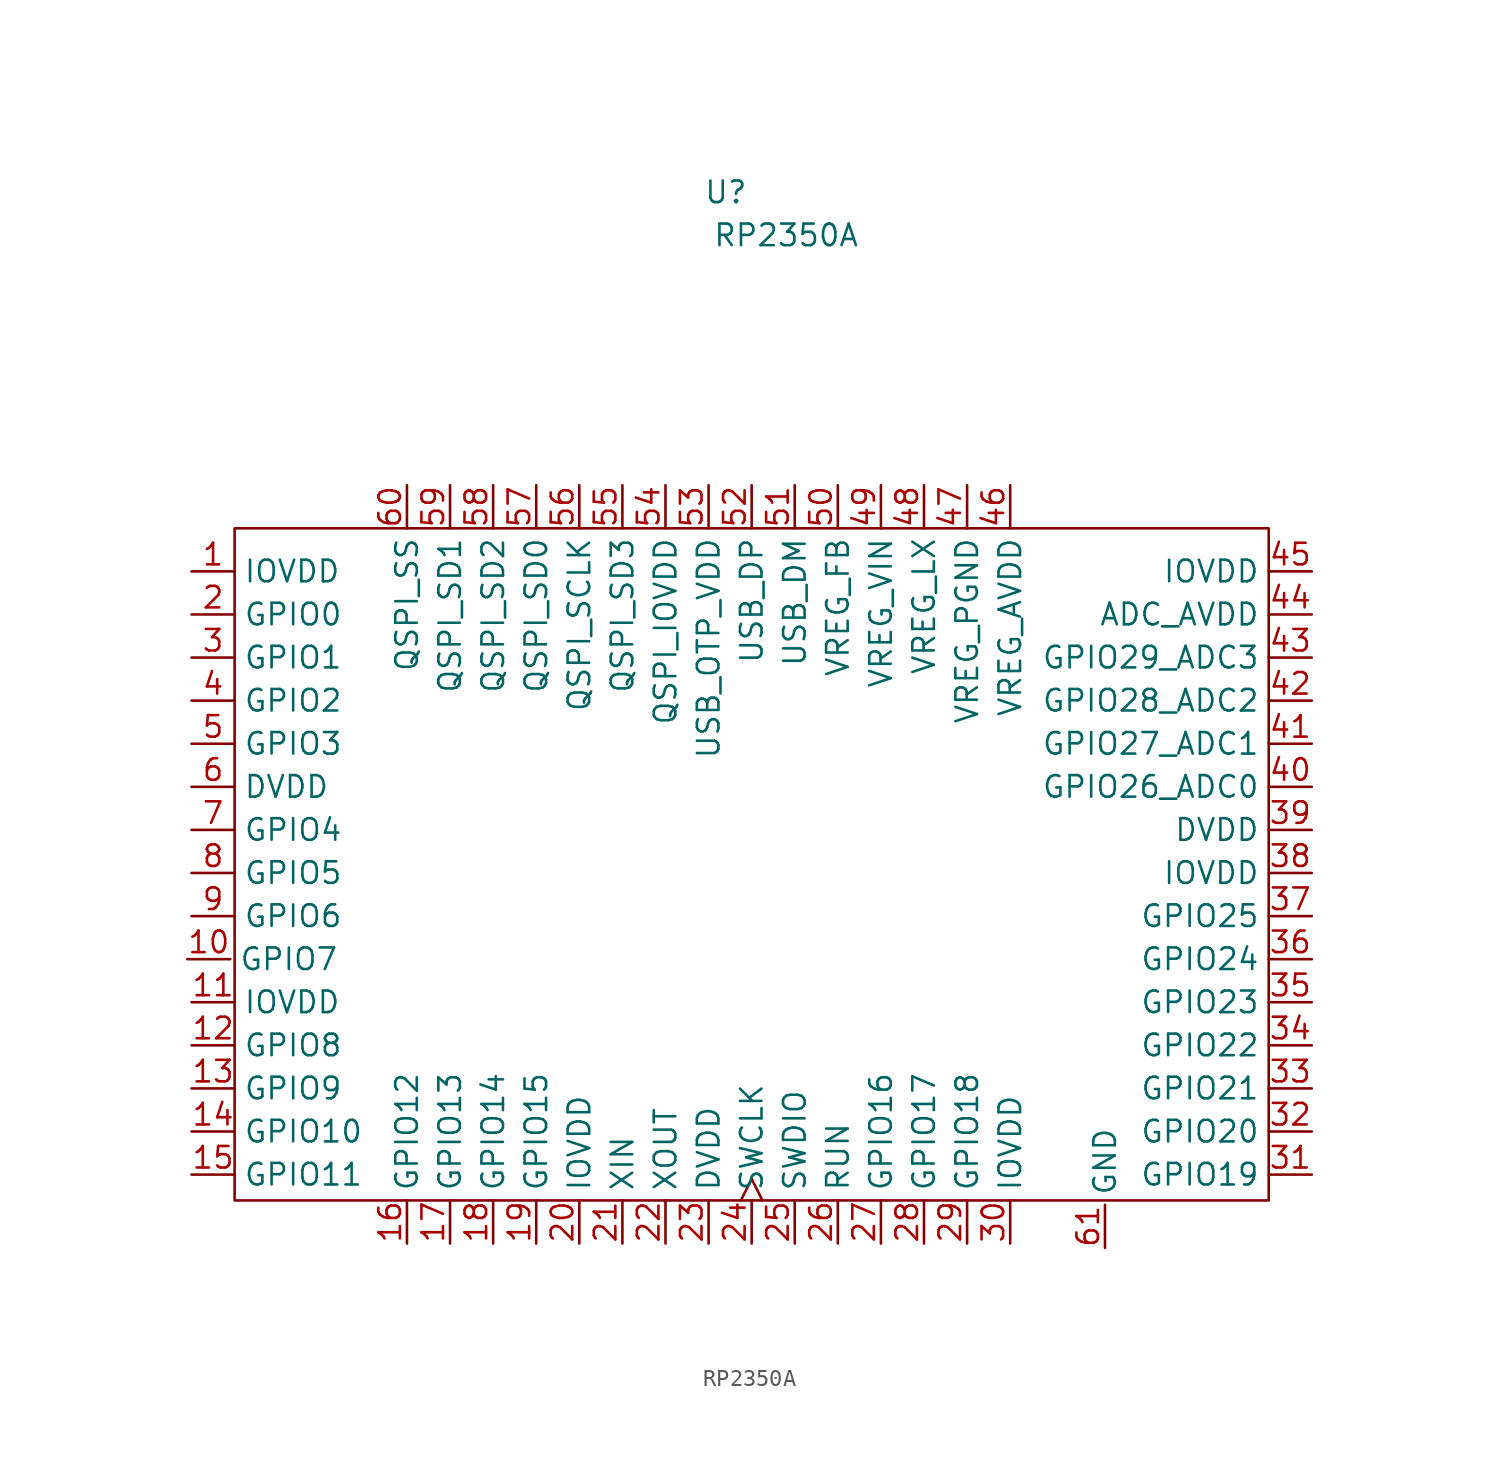
<source format=kicad_sym>
(kicad_symbol_lib
  (version 20231120)
  (generator "kicad_symbol_editor")
  (generator_version "8.0")
  (symbol "RP2350A"
    (property "Reference" "U"
      (at 0 38.608 0)
      (effects (font (size 1.27 1.27))))
    (property "Value" "RP2350A"
      (at 3.556 36.068 0)
      (effects (font (size 1.27 1.27))))
    (symbol "RP2350A_0_0"
      (pin power_in line (at -31.496 16.256 0) (length 2.54) (name "IOVDD" (effects (font (size 1.27 1.27)))) (number "1" (effects (font (size 1.27 1.27)))))
      (pin bidirectional line (at -31.75 -6.604 0) (length 2.54) (name "GPIO7" (effects (font (size 1.27 1.27)))) (number "10" (effects (font (size 1.27 1.27)))))
      (pin power_in line (at -31.496 -9.144 0) (length 2.54) (name "IOVDD" (effects (font (size 1.27 1.27)))) (number "11" (effects (font (size 1.27 1.27)))))
      (pin bidirectional line (at -31.496 -11.684 0) (length 2.54) (name "GPIO8" (effects (font (size 1.27 1.27)))) (number "12" (effects (font (size 1.27 1.27)))))
      (pin bidirectional line (at -31.496 -14.224 0) (length 2.54) (name "GPIO9" (effects (font (size 1.27 1.27)))) (number "13" (effects (font (size 1.27 1.27)))))
      (pin bidirectional line (at -31.496 -16.764 0) (length 2.54) (name "GPIO10" (effects (font (size 1.27 1.27)))) (number "14" (effects (font (size 1.27 1.27)))))
      (pin bidirectional line (at -31.496 -19.304 0) (length 2.54) (name "GPIO11" (effects (font (size 1.27 1.27)))) (number "15" (effects (font (size 1.27 1.27)))))
      (pin bidirectional line (at -18.796 -23.368 90) (length 2.54) (name "GPIO12" (effects (font (size 1.27 1.27)))) (number "16" (effects (font (size 1.27 1.27)))))
      (pin bidirectional line (at -16.256 -23.368 90) (length 2.54) (name "GPIO13" (effects (font (size 1.27 1.27)))) (number "17" (effects (font (size 1.27 1.27)))))
      (pin bidirectional line (at -13.716 -23.368 90) (length 2.54) (name "GPIO14" (effects (font (size 1.27 1.27)))) (number "18" (effects (font (size 1.27 1.27)))))
      (pin bidirectional line (at -11.176 -23.368 90) (length 2.54) (name "GPIO15" (effects (font (size 1.27 1.27)))) (number "19" (effects (font (size 1.27 1.27)))))
      (pin bidirectional line (at -31.496 13.716 0) (length 2.54) (name "GPIO0" (effects (font (size 1.27 1.27)))) (number "2" (effects (font (size 1.27 1.27)))))
      (pin power_in line (at -8.636 -23.368 90) (length 2.54) (name "IOVDD" (effects (font (size 1.27 1.27)))) (number "20" (effects (font (size 1.27 1.27)))))
      (pin input line (at -6.096 -23.368 90) (length 2.54) (name "XIN" (effects (font (size 1.27 1.27)))) (number "21" (effects (font (size 1.27 1.27)))))
      (pin output line (at -3.556 -23.368 90) (length 2.54) (name "XOUT" (effects (font (size 1.27 1.27)))) (number "22" (effects (font (size 1.27 1.27)))))
      (pin power_in line (at -1.016 -23.368 90) (length 2.54) (name "DVDD" (effects (font (size 1.27 1.27)))) (number "23" (effects (font (size 1.27 1.27)))))
      (pin bidirectional line (at 4.064 -23.368 90) (length 2.54) (name "SWDIO" (effects (font (size 1.27 1.27)))) (number "25" (effects (font (size 1.27 1.27)))))
      (pin passive line (at 6.604 -23.368 90) (length 2.54) (name "RUN" (effects (font (size 1.27 1.27)))) (number "26" (effects (font (size 1.27 1.27)))))
      (pin bidirectional line (at 9.144 -23.368 90) (length 2.54) (name "GPIO16" (effects (font (size 1.27 1.27)))) (number "27" (effects (font (size 1.27 1.27)))))
      (pin bidirectional line (at 11.684 -23.368 90) (length 2.54) (name "GPIO17" (effects (font (size 1.27 1.27)))) (number "28" (effects (font (size 1.27 1.27)))))
      (pin bidirectional line (at 14.224 -23.368 90) (length 2.54) (name "GPIO18" (effects (font (size 1.27 1.27)))) (number "29" (effects (font (size 1.27 1.27)))))
      (pin bidirectional line (at -31.496 11.176 0) (length 2.54) (name "GPIO1" (effects (font (size 1.27 1.27)))) (number "3" (effects (font (size 1.27 1.27)))))
      (pin power_in line (at 16.764 -23.368 90) (length 2.54) (name "IOVDD" (effects (font (size 1.27 1.27)))) (number "30" (effects (font (size 1.27 1.27)))))
      (pin bidirectional line (at 34.544 -19.304 180) (length 2.54) (name "GPIO19" (effects (font (size 1.27 1.27)))) (number "31" (effects (font (size 1.27 1.27)))))
      (pin bidirectional line (at 34.544 -16.764 180) (length 2.54) (name "GPIO20" (effects (font (size 1.27 1.27)))) (number "32" (effects (font (size 1.27 1.27)))))
      (pin bidirectional line (at 34.544 -14.224 180) (length 2.54) (name "GPIO21" (effects (font (size 1.27 1.27)))) (number "33" (effects (font (size 1.27 1.27)))))
      (pin bidirectional line (at 34.544 -11.684 180) (length 2.54) (name "GPIO22" (effects (font (size 1.27 1.27)))) (number "34" (effects (font (size 1.27 1.27)))))
      (pin bidirectional line (at 34.544 -9.144 180) (length 2.54) (name "GPIO23" (effects (font (size 1.27 1.27)))) (number "35" (effects (font (size 1.27 1.27)))))
      (pin bidirectional line (at 34.544 -6.604 180) (length 2.54) (name "GPIO24" (effects (font (size 1.27 1.27)))) (number "36" (effects (font (size 1.27 1.27)))))
      (pin bidirectional line (at 34.544 -4.064 180) (length 2.54) (name "GPIO25" (effects (font (size 1.27 1.27)))) (number "37" (effects (font (size 1.27 1.27)))))
      (pin power_in line (at 34.544 -1.524 180) (length 2.54) (name "IOVDD" (effects (font (size 1.27 1.27)))) (number "38" (effects (font (size 1.27 1.27)))))
      (pin power_in line (at 34.544 1.016 180) (length 2.54) (name "DVDD" (effects (font (size 1.27 1.27)))) (number "39" (effects (font (size 1.27 1.27)))))
      (pin bidirectional line (at -31.496 8.636 0) (length 2.54) (name "GPIO2" (effects (font (size 1.27 1.27)))) (number "4" (effects (font (size 1.27 1.27)))))
      (pin bidirectional line (at 34.544 3.556 180) (length 2.54) (name "GPIO26_ADC0" (effects (font (size 1.27 1.27)))) (number "40" (effects (font (size 1.27 1.27)))))
      (pin bidirectional line (at 34.544 6.096 180) (length 2.54) (name "GPIO27_ADC1" (effects (font (size 1.27 1.27)))) (number "41" (effects (font (size 1.27 1.27)))))
      (pin bidirectional line (at 34.544 8.636 180) (length 2.54) (name "GPIO28_ADC2" (effects (font (size 1.27 1.27)))) (number "42" (effects (font (size 1.27 1.27)))))
      (pin bidirectional line (at 34.544 11.176 180) (length 2.54) (name "GPIO29_ADC3" (effects (font (size 1.27 1.27)))) (number "43" (effects (font (size 1.27 1.27)))))
      (pin power_in line (at 34.544 13.716 180) (length 2.54) (name "ADC_AVDD" (effects (font (size 1.27 1.27)))) (number "44" (effects (font (size 1.27 1.27)))))
      (pin power_in line (at 34.544 16.256 180) (length 2.54) (name "IOVDD" (effects (font (size 1.27 1.27)))) (number "45" (effects (font (size 1.27 1.27)))))
      (pin power_in line (at 16.764 21.336 270) (length 2.54) (name "VREG_AVDD" (effects (font (size 1.27 1.27)))) (number "46" (effects (font (size 1.27 1.27)))))
      (pin power_in line (at 14.224 21.336 270) (length 2.54) (name "VREG_PGND" (effects (font (size 1.27 1.27)))) (number "47" (effects (font (size 1.27 1.27)))))
      (pin power_in line (at 11.684 21.336 270) (length 2.54) (name "VREG_LX" (effects (font (size 1.27 1.27)))) (number "48" (effects (font (size 1.27 1.27)))))
      (pin power_in line (at 9.144 21.336 270) (length 2.54) (name "VREG_VIN" (effects (font (size 1.27 1.27)))) (number "49" (effects (font (size 1.27 1.27)))))
      (pin bidirectional line (at -31.496 6.096 0) (length 2.54) (name "GPIO3" (effects (font (size 1.27 1.27)))) (number "5" (effects (font (size 1.27 1.27)))))
      (pin power_in line (at 6.604 21.336 270) (length 2.54) (name "VREG_FB" (effects (font (size 1.27 1.27)))) (number "50" (effects (font (size 1.27 1.27)))))
      (pin bidirectional line (at 4.064 21.336 270) (length 2.54) (name "USB_DM" (effects (font (size 1.27 1.27)))) (number "51" (effects (font (size 1.27 1.27)))))
      (pin bidirectional line (at 1.524 21.336 270) (length 2.54) (name "USB_DP" (effects (font (size 1.27 1.27)))) (number "52" (effects (font (size 1.27 1.27)))))
      (pin power_in line (at -1.016 21.336 270) (length 2.54) (name "USB_OTP_VDD" (effects (font (size 1.27 1.27)))) (number "53" (effects (font (size 1.27 1.27)))))
      (pin power_in line (at -3.556 21.336 270) (length 2.54) (name "QSPI_IOVDD" (effects (font (size 1.27 1.27)))) (number "54" (effects (font (size 1.27 1.27)))))
      (pin bidirectional line (at -6.096 21.336 270) (length 2.54) (name "QSPI_SD3" (effects (font (size 1.27 1.27)))) (number "55" (effects (font (size 1.27 1.27)))))
      (pin bidirectional line (at -8.636 21.336 270) (length 2.54) (name "QSPI_SCLK" (effects (font (size 1.27 1.27)))) (number "56" (effects (font (size 1.27 1.27)))))
      (pin bidirectional line (at -11.176 21.336 270) (length 2.54) (name "QSPI_SD0" (effects (font (size 1.27 1.27)))) (number "57" (effects (font (size 1.27 1.27)))))
      (pin bidirectional line (at -13.716 21.336 270) (length 2.54) (name "QSPI_SD2" (effects (font (size 1.27 1.27)))) (number "58" (effects (font (size 1.27 1.27)))))
      (pin bidirectional line (at -16.256 21.336 270) (length 2.54) (name "QSPI_SD1" (effects (font (size 1.27 1.27)))) (number "59" (effects (font (size 1.27 1.27)))))
      (pin power_in line (at -31.496 3.556 0) (length 2.54) (name "DVDD" (effects (font (size 1.27 1.27)))) (number "6" (effects (font (size 1.27 1.27)))))
      (pin bidirectional line (at -18.796 21.336 270) (length 2.54) (name "QSPI_SS" (effects (font (size 1.27 1.27)))) (number "60" (effects (font (size 1.27 1.27)))))
      (pin power_in line (at 22.352 -23.622 90) (length 2.54) (name "GND" (effects (font (size 1.27 1.27)))) (number "61" (effects (font (size 1.27 1.27)))))
      (pin bidirectional line (at -31.496 1.016 0) (length 2.54) (name "GPIO4" (effects (font (size 1.27 1.27)))) (number "7" (effects (font (size 1.27 1.27)))))
      (pin bidirectional line (at -31.496 -1.524 0) (length 2.54) (name "GPIO5" (effects (font (size 1.27 1.27)))) (number "8" (effects (font (size 1.27 1.27)))))
      (pin bidirectional line (at -31.496 -4.064 0) (length 2.54) (name "GPIO6" (effects (font (size 1.27 1.27)))) (number "9" (effects (font (size 1.27 1.27))))))
    (symbol "RP2350A_0_1"
      (rectangle (start -28.956 18.796) (end 32.004 -20.828) (stroke (width 0) (type default)) (fill (type none))))
    (symbol "RP2350A_1_0"
      (pin input clock (at 1.524 -23.368 90) (length 2.54) (name "SWCLK" (effects (font (size 1.27 1.27)))) (number "24" (effects (font (size 1.27 1.27))))))))
</source>
